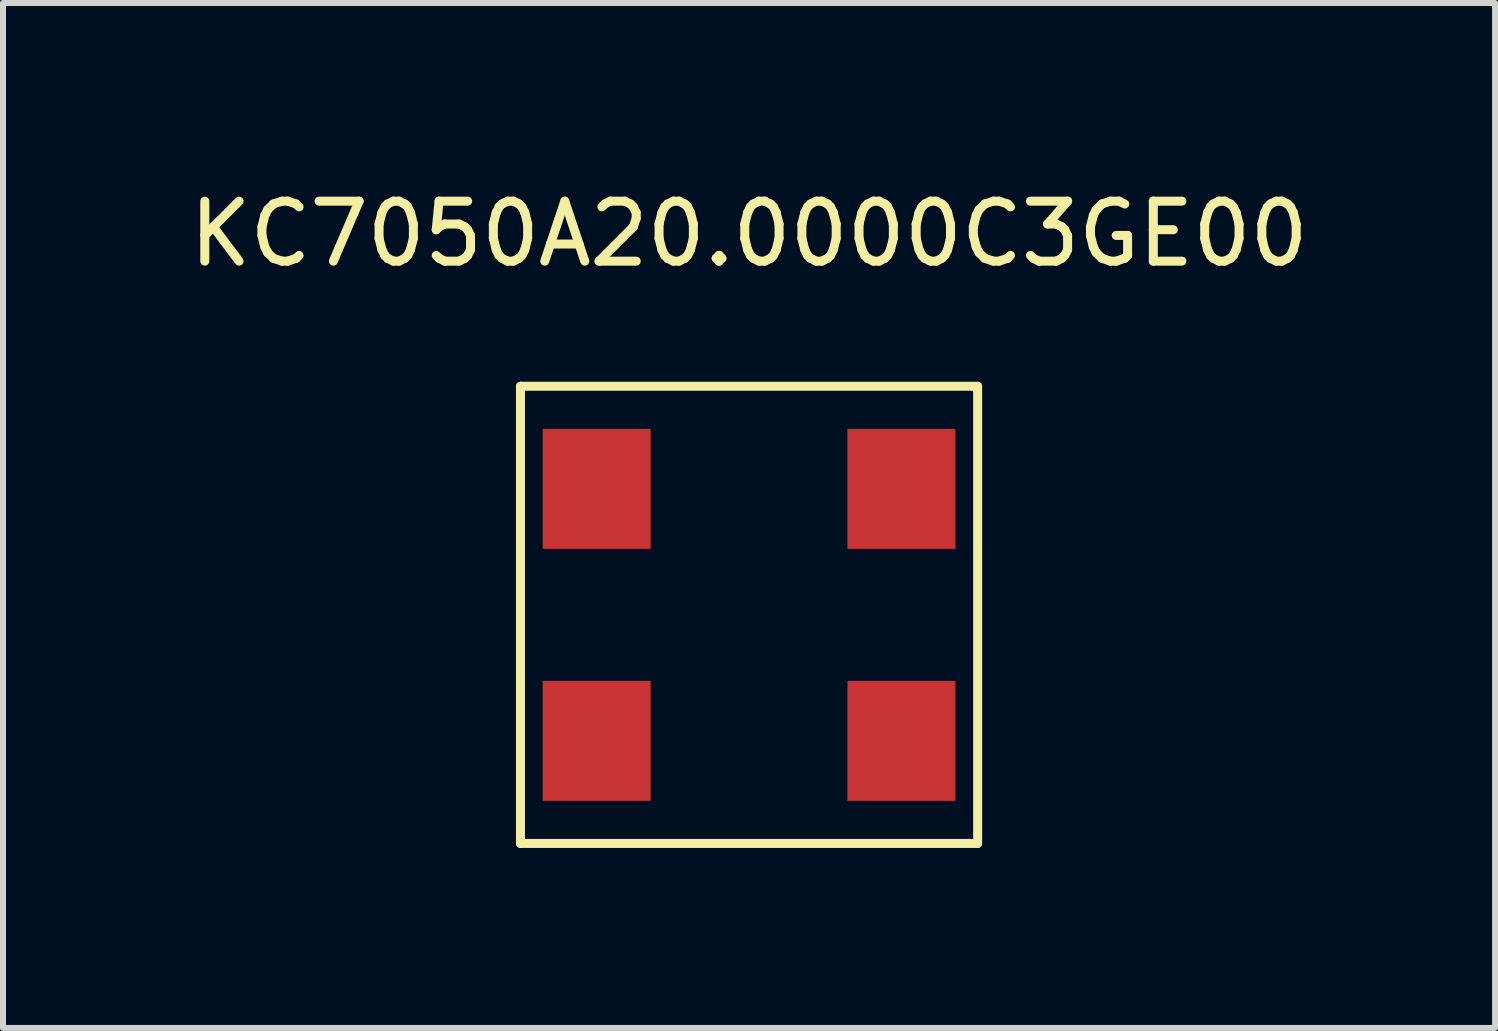
<source format=kicad_pcb>
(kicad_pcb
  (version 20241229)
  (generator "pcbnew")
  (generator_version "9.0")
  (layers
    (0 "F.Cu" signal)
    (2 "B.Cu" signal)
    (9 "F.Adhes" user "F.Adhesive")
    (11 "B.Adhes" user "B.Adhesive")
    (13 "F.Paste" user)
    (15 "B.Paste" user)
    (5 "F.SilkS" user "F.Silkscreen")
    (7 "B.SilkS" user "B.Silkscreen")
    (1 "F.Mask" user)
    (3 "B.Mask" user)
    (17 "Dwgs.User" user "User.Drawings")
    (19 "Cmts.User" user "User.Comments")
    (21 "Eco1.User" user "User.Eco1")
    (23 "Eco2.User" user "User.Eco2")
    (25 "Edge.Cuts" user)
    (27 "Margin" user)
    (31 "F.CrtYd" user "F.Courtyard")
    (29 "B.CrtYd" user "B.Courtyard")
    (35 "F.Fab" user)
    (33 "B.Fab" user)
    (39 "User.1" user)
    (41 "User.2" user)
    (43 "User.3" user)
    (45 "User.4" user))
  (footprint "KC7050A20.0000C3GE00"
    (layer "F.Cu")
    (at 9.435 7.198)
    (property "Reference" "KC7050A20.0000C3GE00" (at 0 -6.35 0) (layer "F.SilkS") (effects (font (size 1 1) (thickness 0.15))))
    (attr through_hole)
    (fp_line (start -3.81 -3.81) (end -3.81 3.81) (stroke (width 0.15) (type solid)) (layer "F.SilkS"))
    (fp_line (start -3.81 3.81) (end 3.81 3.81) (stroke (width 0.15) (type solid)) (layer "F.SilkS"))
    (fp_line (start 3.81 -3.81) (end -3.81 -3.81) (stroke (width 0.15) (type solid)) (layer "F.SilkS"))
    (fp_line (start 3.81 3.81) (end 3.81 -3.81) (stroke (width 0.15) (type solid)) (layer "F.SilkS"))
    (pad "1" smd rect (at 2.54 2.1) (size 1.8 2) (layers "F.Cu" "F.Mask" "F.Paste"))
    (pad "2" smd rect (at -2.54 2.1) (size 1.8 2) (layers "F.Cu" "F.Mask" "F.Paste"))
    (pad "3" smd rect (at -2.54 -2.1) (size 1.8 2) (layers "F.Cu" "F.Mask" "F.Paste"))
    (pad "4" smd rect (at 2.54 -2.1) (size 1.8 2) (layers "F.Cu" "F.Mask" "F.Paste")))
  (gr_rect
    (start -3 -3)
    (end 21.869 14.083)
    (stroke (width 0.1) (type default))
    (fill no)
    (layer "Edge.Cuts")))
</source>
